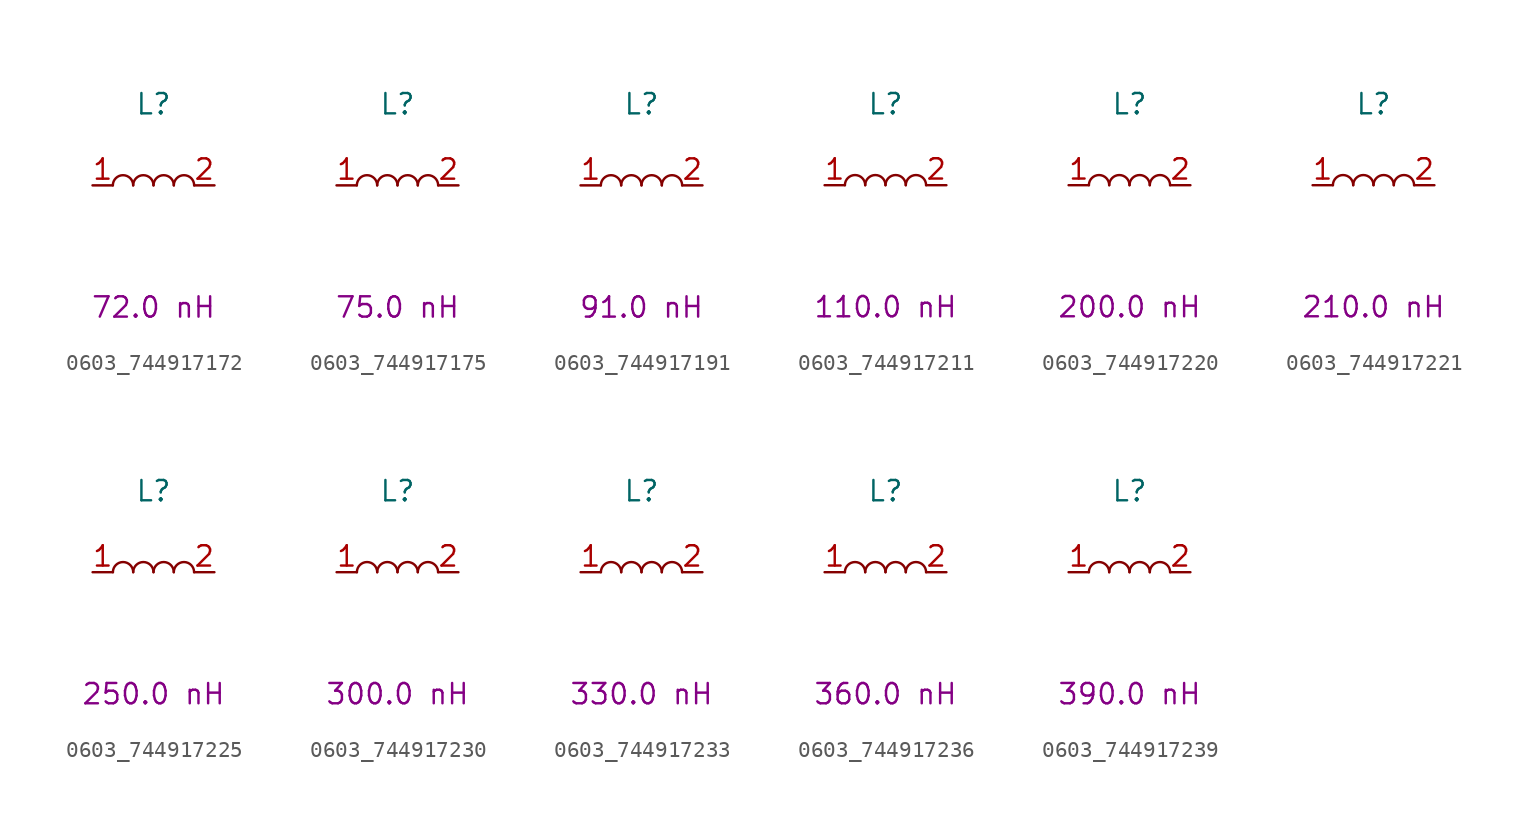
<source format=kicad_sym>
(kicad_symbol_lib
  (version 20220914)
  (generator kicad_symbol_editor)
  (symbol "0603_744917172"
    (pin_names hide)
    (property "Reference" "L"
      (at 0 5.08 0)
      (effects (font (size 1.27 1.27))))
    (property "Critical Parameter" "72.0 nH"
      (at 0 -7.62 0)
      (effects (font (size 1.27 1.27))))
    (symbol "0603_744917172_0_1"
      (arc (start -1.27 0) (mid -1.905 0.6323) (end -2.54 0) (stroke (width 0) (type default)) (fill (type none)))
      (arc (start 0 0) (mid -0.635 0.6323) (end -1.27 0) (stroke (width 0) (type default)) (fill (type none)))
      (arc (start 1.27 0) (mid 0.635 0.6323) (end 0 0) (stroke (width 0) (type default)) (fill (type none)))
      (arc (start 2.54 0) (mid 1.905 0.6323) (end 1.27 0) (stroke (width 0) (type default)) (fill (type none))))
    (symbol "0603_744917172_1_1"
      (pin passive line (at -3.81 0 0) (length 1.27) (name "1" (effects (font (size 1.27 1.27)))) (number "1" (effects (font (size 1.27 1.27)))))
      (pin passive line (at 3.81 0 180) (length 1.27) (name "2" (effects (font (size 1.27 1.27)))) (number "2" (effects (font (size 1.27 1.27)))))))
  (symbol "0603_744917175"
    (pin_names hide)
    (property "Reference" "L"
      (at 0 5.08 0)
      (effects (font (size 1.27 1.27))))
    (property "Critical Parameter" "75.0 nH"
      (at 0 -7.62 0)
      (effects (font (size 1.27 1.27))))
    (symbol "0603_744917175_0_1"
      (arc (start -1.27 0) (mid -1.905 0.6323) (end -2.54 0) (stroke (width 0) (type default)) (fill (type none)))
      (arc (start 0 0) (mid -0.635 0.6323) (end -1.27 0) (stroke (width 0) (type default)) (fill (type none)))
      (arc (start 1.27 0) (mid 0.635 0.6323) (end 0 0) (stroke (width 0) (type default)) (fill (type none)))
      (arc (start 2.54 0) (mid 1.905 0.6323) (end 1.27 0) (stroke (width 0) (type default)) (fill (type none))))
    (symbol "0603_744917175_1_1"
      (pin passive line (at -3.81 0 0) (length 1.27) (name "1" (effects (font (size 1.27 1.27)))) (number "1" (effects (font (size 1.27 1.27)))))
      (pin passive line (at 3.81 0 180) (length 1.27) (name "2" (effects (font (size 1.27 1.27)))) (number "2" (effects (font (size 1.27 1.27)))))))
  (symbol "0603_744917191"
    (pin_names hide)
    (property "Reference" "L"
      (at 0 5.08 0)
      (effects (font (size 1.27 1.27))))
    (property "Critical Parameter" "91.0 nH"
      (at 0 -7.62 0)
      (effects (font (size 1.27 1.27))))
    (symbol "0603_744917191_0_1"
      (arc (start -1.27 0) (mid -1.905 0.6323) (end -2.54 0) (stroke (width 0) (type default)) (fill (type none)))
      (arc (start 0 0) (mid -0.635 0.6323) (end -1.27 0) (stroke (width 0) (type default)) (fill (type none)))
      (arc (start 1.27 0) (mid 0.635 0.6323) (end 0 0) (stroke (width 0) (type default)) (fill (type none)))
      (arc (start 2.54 0) (mid 1.905 0.6323) (end 1.27 0) (stroke (width 0) (type default)) (fill (type none))))
    (symbol "0603_744917191_1_1"
      (pin passive line (at -3.81 0 0) (length 1.27) (name "1" (effects (font (size 1.27 1.27)))) (number "1" (effects (font (size 1.27 1.27)))))
      (pin passive line (at 3.81 0 180) (length 1.27) (name "2" (effects (font (size 1.27 1.27)))) (number "2" (effects (font (size 1.27 1.27)))))))
  (symbol "0603_744917211"
    (pin_names hide)
    (property "Reference" "L"
      (at 0 5.08 0)
      (effects (font (size 1.27 1.27))))
    (property "Critical Parameter" "110.0 nH"
      (at 0 -7.62 0)
      (effects (font (size 1.27 1.27))))
    (symbol "0603_744917211_0_1"
      (arc (start -1.27 0) (mid -1.905 0.6323) (end -2.54 0) (stroke (width 0) (type default)) (fill (type none)))
      (arc (start 0 0) (mid -0.635 0.6323) (end -1.27 0) (stroke (width 0) (type default)) (fill (type none)))
      (arc (start 1.27 0) (mid 0.635 0.6323) (end 0 0) (stroke (width 0) (type default)) (fill (type none)))
      (arc (start 2.54 0) (mid 1.905 0.6323) (end 1.27 0) (stroke (width 0) (type default)) (fill (type none))))
    (symbol "0603_744917211_1_1"
      (pin passive line (at -3.81 0 0) (length 1.27) (name "1" (effects (font (size 1.27 1.27)))) (number "1" (effects (font (size 1.27 1.27)))))
      (pin passive line (at 3.81 0 180) (length 1.27) (name "2" (effects (font (size 1.27 1.27)))) (number "2" (effects (font (size 1.27 1.27)))))))
  (symbol "0603_744917220"
    (pin_names hide)
    (property "Reference" "L"
      (at 0 5.08 0)
      (effects (font (size 1.27 1.27))))
    (property "Critical Parameter" "200.0 nH"
      (at 0 -7.62 0)
      (effects (font (size 1.27 1.27))))
    (symbol "0603_744917220_0_1"
      (arc (start -1.27 0) (mid -1.905 0.6323) (end -2.54 0) (stroke (width 0) (type default)) (fill (type none)))
      (arc (start 0 0) (mid -0.635 0.6323) (end -1.27 0) (stroke (width 0) (type default)) (fill (type none)))
      (arc (start 1.27 0) (mid 0.635 0.6323) (end 0 0) (stroke (width 0) (type default)) (fill (type none)))
      (arc (start 2.54 0) (mid 1.905 0.6323) (end 1.27 0) (stroke (width 0) (type default)) (fill (type none))))
    (symbol "0603_744917220_1_1"
      (pin passive line (at -3.81 0 0) (length 1.27) (name "1" (effects (font (size 1.27 1.27)))) (number "1" (effects (font (size 1.27 1.27)))))
      (pin passive line (at 3.81 0 180) (length 1.27) (name "2" (effects (font (size 1.27 1.27)))) (number "2" (effects (font (size 1.27 1.27)))))))
  (symbol "0603_744917221"
    (pin_names hide)
    (property "Reference" "L"
      (at 0 5.08 0)
      (effects (font (size 1.27 1.27))))
    (property "Critical Parameter" "210.0 nH"
      (at 0 -7.62 0)
      (effects (font (size 1.27 1.27))))
    (symbol "0603_744917221_0_1"
      (arc (start -1.27 0) (mid -1.905 0.6323) (end -2.54 0) (stroke (width 0) (type default)) (fill (type none)))
      (arc (start 0 0) (mid -0.635 0.6323) (end -1.27 0) (stroke (width 0) (type default)) (fill (type none)))
      (arc (start 1.27 0) (mid 0.635 0.6323) (end 0 0) (stroke (width 0) (type default)) (fill (type none)))
      (arc (start 2.54 0) (mid 1.905 0.6323) (end 1.27 0) (stroke (width 0) (type default)) (fill (type none))))
    (symbol "0603_744917221_1_1"
      (pin passive line (at -3.81 0 0) (length 1.27) (name "1" (effects (font (size 1.27 1.27)))) (number "1" (effects (font (size 1.27 1.27)))))
      (pin passive line (at 3.81 0 180) (length 1.27) (name "2" (effects (font (size 1.27 1.27)))) (number "2" (effects (font (size 1.27 1.27)))))))
  (symbol "0603_744917225"
    (pin_names hide)
    (property "Reference" "L"
      (at 0 5.08 0)
      (effects (font (size 1.27 1.27))))
    (property "Critical Parameter" "250.0 nH"
      (at 0 -7.62 0)
      (effects (font (size 1.27 1.27))))
    (symbol "0603_744917225_0_1"
      (arc (start -1.27 0) (mid -1.905 0.6323) (end -2.54 0) (stroke (width 0) (type default)) (fill (type none)))
      (arc (start 0 0) (mid -0.635 0.6323) (end -1.27 0) (stroke (width 0) (type default)) (fill (type none)))
      (arc (start 1.27 0) (mid 0.635 0.6323) (end 0 0) (stroke (width 0) (type default)) (fill (type none)))
      (arc (start 2.54 0) (mid 1.905 0.6323) (end 1.27 0) (stroke (width 0) (type default)) (fill (type none))))
    (symbol "0603_744917225_1_1"
      (pin passive line (at -3.81 0 0) (length 1.27) (name "1" (effects (font (size 1.27 1.27)))) (number "1" (effects (font (size 1.27 1.27)))))
      (pin passive line (at 3.81 0 180) (length 1.27) (name "2" (effects (font (size 1.27 1.27)))) (number "2" (effects (font (size 1.27 1.27)))))))
  (symbol "0603_744917230"
    (pin_names hide)
    (property "Reference" "L"
      (at 0 5.08 0)
      (effects (font (size 1.27 1.27))))
    (property "Critical Parameter" "300.0 nH"
      (at 0 -7.62 0)
      (effects (font (size 1.27 1.27))))
    (symbol "0603_744917230_0_1"
      (arc (start -1.27 0) (mid -1.905 0.6323) (end -2.54 0) (stroke (width 0) (type default)) (fill (type none)))
      (arc (start 0 0) (mid -0.635 0.6323) (end -1.27 0) (stroke (width 0) (type default)) (fill (type none)))
      (arc (start 1.27 0) (mid 0.635 0.6323) (end 0 0) (stroke (width 0) (type default)) (fill (type none)))
      (arc (start 2.54 0) (mid 1.905 0.6323) (end 1.27 0) (stroke (width 0) (type default)) (fill (type none))))
    (symbol "0603_744917230_1_1"
      (pin passive line (at -3.81 0 0) (length 1.27) (name "1" (effects (font (size 1.27 1.27)))) (number "1" (effects (font (size 1.27 1.27)))))
      (pin passive line (at 3.81 0 180) (length 1.27) (name "2" (effects (font (size 1.27 1.27)))) (number "2" (effects (font (size 1.27 1.27)))))))
  (symbol "0603_744917233"
    (pin_names hide)
    (property "Reference" "L"
      (at 0 5.08 0)
      (effects (font (size 1.27 1.27))))
    (property "Critical Parameter" "330.0 nH"
      (at 0 -7.62 0)
      (effects (font (size 1.27 1.27))))
    (symbol "0603_744917233_0_1"
      (arc (start -1.27 0) (mid -1.905 0.6323) (end -2.54 0) (stroke (width 0) (type default)) (fill (type none)))
      (arc (start 0 0) (mid -0.635 0.6323) (end -1.27 0) (stroke (width 0) (type default)) (fill (type none)))
      (arc (start 1.27 0) (mid 0.635 0.6323) (end 0 0) (stroke (width 0) (type default)) (fill (type none)))
      (arc (start 2.54 0) (mid 1.905 0.6323) (end 1.27 0) (stroke (width 0) (type default)) (fill (type none))))
    (symbol "0603_744917233_1_1"
      (pin passive line (at -3.81 0 0) (length 1.27) (name "1" (effects (font (size 1.27 1.27)))) (number "1" (effects (font (size 1.27 1.27)))))
      (pin passive line (at 3.81 0 180) (length 1.27) (name "2" (effects (font (size 1.27 1.27)))) (number "2" (effects (font (size 1.27 1.27)))))))
  (symbol "0603_744917236"
    (pin_names hide)
    (property "Reference" "L"
      (at 0 5.08 0)
      (effects (font (size 1.27 1.27))))
    (property "Critical Parameter" "360.0 nH"
      (at 0 -7.62 0)
      (effects (font (size 1.27 1.27))))
    (symbol "0603_744917236_0_1"
      (arc (start -1.27 0) (mid -1.905 0.6323) (end -2.54 0) (stroke (width 0) (type default)) (fill (type none)))
      (arc (start 0 0) (mid -0.635 0.6323) (end -1.27 0) (stroke (width 0) (type default)) (fill (type none)))
      (arc (start 1.27 0) (mid 0.635 0.6323) (end 0 0) (stroke (width 0) (type default)) (fill (type none)))
      (arc (start 2.54 0) (mid 1.905 0.6323) (end 1.27 0) (stroke (width 0) (type default)) (fill (type none))))
    (symbol "0603_744917236_1_1"
      (pin passive line (at -3.81 0 0) (length 1.27) (name "1" (effects (font (size 1.27 1.27)))) (number "1" (effects (font (size 1.27 1.27)))))
      (pin passive line (at 3.81 0 180) (length 1.27) (name "2" (effects (font (size 1.27 1.27)))) (number "2" (effects (font (size 1.27 1.27)))))))
  (symbol "0603_744917239"
    (pin_names hide)
    (property "Reference" "L"
      (at 0 5.08 0)
      (effects (font (size 1.27 1.27))))
    (property "Critical Parameter" "390.0 nH"
      (at 0 -7.62 0)
      (effects (font (size 1.27 1.27))))
    (symbol "0603_744917239_0_1"
      (arc (start -1.27 0) (mid -1.905 0.6323) (end -2.54 0) (stroke (width 0) (type default)) (fill (type none)))
      (arc (start 0 0) (mid -0.635 0.6323) (end -1.27 0) (stroke (width 0) (type default)) (fill (type none)))
      (arc (start 1.27 0) (mid 0.635 0.6323) (end 0 0) (stroke (width 0) (type default)) (fill (type none)))
      (arc (start 2.54 0) (mid 1.905 0.6323) (end 1.27 0) (stroke (width 0) (type default)) (fill (type none))))
    (symbol "0603_744917239_1_1"
      (pin passive line (at -3.81 0 0) (length 1.27) (name "1" (effects (font (size 1.27 1.27)))) (number "1" (effects (font (size 1.27 1.27)))))
      (pin passive line (at 3.81 0 180) (length 1.27) (name "2" (effects (font (size 1.27 1.27)))) (number "2" (effects (font (size 1.27 1.27))))))))
</source>
